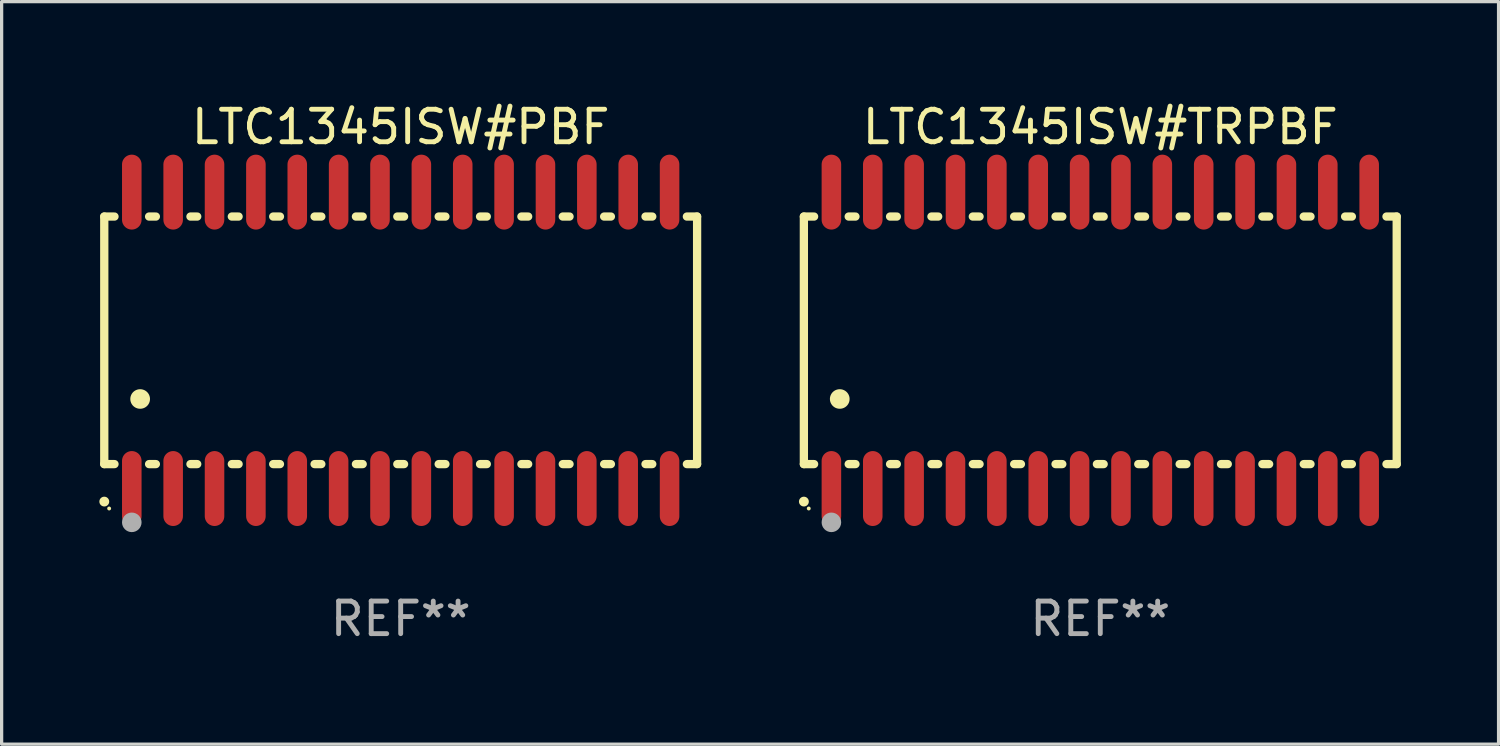
<source format=kicad_pcb>
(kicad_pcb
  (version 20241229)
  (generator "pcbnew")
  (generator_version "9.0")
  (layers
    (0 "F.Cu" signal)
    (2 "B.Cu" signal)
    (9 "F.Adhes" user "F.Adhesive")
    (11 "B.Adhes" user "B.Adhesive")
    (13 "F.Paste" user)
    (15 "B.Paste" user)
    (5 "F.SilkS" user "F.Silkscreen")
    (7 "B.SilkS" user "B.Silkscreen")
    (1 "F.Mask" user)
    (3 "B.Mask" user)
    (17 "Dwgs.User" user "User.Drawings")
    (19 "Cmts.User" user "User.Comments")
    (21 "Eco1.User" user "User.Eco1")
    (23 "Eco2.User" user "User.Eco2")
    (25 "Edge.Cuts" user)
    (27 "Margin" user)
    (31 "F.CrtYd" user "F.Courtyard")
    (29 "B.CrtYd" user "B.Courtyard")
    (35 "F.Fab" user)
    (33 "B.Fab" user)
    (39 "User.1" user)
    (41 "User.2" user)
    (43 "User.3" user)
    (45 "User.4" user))
  (footprint "LTC1345ISW#PBF"
    (layer "F.Cu")
    (at 9.251 7.398)
    (property "Reference" "LTC1345ISW#PBF" (at 0 -6.55 0) (layer "F.SilkS") (effects (font (size 1 1) (thickness 0.15))))
    (attr through_hole)
    (fp_line (start -9.1 -3.8) (end -9.1 3.8) (stroke (width 0.254) (type solid)) (layer "F.SilkS"))
    (fp_line (start -9.1 -3.8) (end -8.786 -3.8) (stroke (width 0.254) (type solid)) (layer "F.SilkS"))
    (fp_line (start -9.1 3.8) (end -8.786 3.8) (stroke (width 0.254) (type solid)) (layer "F.SilkS"))
    (fp_line (start -7.724 -3.8) (end -7.516 -3.8) (stroke (width 0.254) (type solid)) (layer "F.SilkS"))
    (fp_line (start -7.724 3.8) (end -7.516 3.8) (stroke (width 0.254) (type solid)) (layer "F.SilkS"))
    (fp_line (start -6.454 -3.8) (end -6.246 -3.8) (stroke (width 0.254) (type solid)) (layer "F.SilkS"))
    (fp_line (start -6.454 3.8) (end -6.246 3.8) (stroke (width 0.254) (type solid)) (layer "F.SilkS"))
    (fp_line (start -5.184 -3.8) (end -4.976 -3.8) (stroke (width 0.254) (type solid)) (layer "F.SilkS"))
    (fp_line (start -5.184 3.8) (end -4.976 3.8) (stroke (width 0.254) (type solid)) (layer "F.SilkS"))
    (fp_line (start -3.914 -3.8) (end -3.706 -3.8) (stroke (width 0.254) (type solid)) (layer "F.SilkS"))
    (fp_line (start -3.914 3.8) (end -3.706 3.8) (stroke (width 0.254) (type solid)) (layer "F.SilkS"))
    (fp_line (start -2.644 -3.8) (end -2.436 -3.8) (stroke (width 0.254) (type solid)) (layer "F.SilkS"))
    (fp_line (start -2.644 3.8) (end -2.436 3.8) (stroke (width 0.254) (type solid)) (layer "F.SilkS"))
    (fp_line (start -1.374 -3.8) (end -1.166 -3.8) (stroke (width 0.254) (type solid)) (layer "F.SilkS"))
    (fp_line (start -1.374 3.8) (end -1.166 3.8) (stroke (width 0.254) (type solid)) (layer "F.SilkS"))
    (fp_line (start -0.104 -3.8) (end 0.104 -3.8) (stroke (width 0.254) (type solid)) (layer "F.SilkS"))
    (fp_line (start -0.104 3.8) (end 0.104 3.8) (stroke (width 0.254) (type solid)) (layer "F.SilkS"))
    (fp_line (start 1.166 -3.8) (end 1.374 -3.8) (stroke (width 0.254) (type solid)) (layer "F.SilkS"))
    (fp_line (start 1.166 3.8) (end 1.374 3.8) (stroke (width 0.254) (type solid)) (layer "F.SilkS"))
    (fp_line (start 2.436 -3.8) (end 2.644 -3.8) (stroke (width 0.254) (type solid)) (layer "F.SilkS"))
    (fp_line (start 2.436 3.8) (end 2.644 3.8) (stroke (width 0.254) (type solid)) (layer "F.SilkS"))
    (fp_line (start 3.706 -3.8) (end 3.914 -3.8) (stroke (width 0.254) (type solid)) (layer "F.SilkS"))
    (fp_line (start 3.706 3.8) (end 3.914 3.8) (stroke (width 0.254) (type solid)) (layer "F.SilkS"))
    (fp_line (start 4.976 -3.8) (end 5.184 -3.8) (stroke (width 0.254) (type solid)) (layer "F.SilkS"))
    (fp_line (start 4.976 3.8) (end 5.184 3.8) (stroke (width 0.254) (type solid)) (layer "F.SilkS"))
    (fp_line (start 6.246 -3.8) (end 6.454 -3.8) (stroke (width 0.254) (type solid)) (layer "F.SilkS"))
    (fp_line (start 6.246 3.8) (end 6.454 3.8) (stroke (width 0.254) (type solid)) (layer "F.SilkS"))
    (fp_line (start 7.516 -3.8) (end 7.724 -3.8) (stroke (width 0.254) (type solid)) (layer "F.SilkS"))
    (fp_line (start 7.516 3.8) (end 7.724 3.8) (stroke (width 0.254) (type solid)) (layer "F.SilkS"))
    (fp_line (start 8.786 -3.8) (end 9.1 -3.8) (stroke (width 0.254) (type solid)) (layer "F.SilkS"))
    (fp_line (start 8.786 3.8) (end 9.1 3.8) (stroke (width 0.254) (type solid)) (layer "F.SilkS"))
    (fp_line (start 9.1 -3.8) (end 9.1 3.8) (stroke (width 0.254) (type solid)) (layer "F.SilkS"))
    (fp_arc (start -9.100864 4.95047) (mid -9.099594 4.950465) (end -9.098324 4.95047) (stroke (width 0.3) (type solid)) (layer "F.SilkS"))
    (fp_arc (start -8.001041 1.800864) (mid -7.998501 1.800853) (end -7.995961 1.800864) (stroke (width 0.6) (type solid)) (layer "F.SilkS"))
    (fp_circle (center -8.95 5.163) (end -8.92 5.163) (stroke (width 0.06) (type solid)) (fill no) (layer "F.SilkS"))
    (fp_circle (center -8.255 5.588) (end -8.105 5.588) (stroke (width 0.3) (type solid)) (fill no) (layer "F.Fab"))
    (fp_text user "REF**" (at 0 8.55 0) (layer "F.Fab") (effects (font (size 1 1) (thickness 0.15))))
    (pad "1" smd oval (at -8.255 4.55 180) (size 0.6 2.3) (layers "F.Cu" "F.Mask" "F.Paste"))
    (pad "2" smd oval (at -6.985 4.55 180) (size 0.6 2.3) (layers "F.Cu" "F.Mask" "F.Paste"))
    (pad "3" smd oval (at -5.715 4.55 180) (size 0.6 2.3) (layers "F.Cu" "F.Mask" "F.Paste"))
    (pad "4" smd oval (at -4.445 4.55 180) (size 0.6 2.3) (layers "F.Cu" "F.Mask" "F.Paste"))
    (pad "5" smd oval (at -3.175 4.55 180) (size 0.6 2.3) (layers "F.Cu" "F.Mask" "F.Paste"))
    (pad "6" smd oval (at -1.905 4.55 180) (size 0.6 2.3) (layers "F.Cu" "F.Mask" "F.Paste"))
    (pad "7" smd oval (at -0.635 4.55 180) (size 0.6 2.3) (layers "F.Cu" "F.Mask" "F.Paste"))
    (pad "8" smd oval (at 0.635 4.55 180) (size 0.6 2.3) (layers "F.Cu" "F.Mask" "F.Paste"))
    (pad "9" smd oval (at 1.905 4.55 180) (size 0.6 2.3) (layers "F.Cu" "F.Mask" "F.Paste"))
    (pad "10" smd oval (at 3.175 4.55 180) (size 0.6 2.3) (layers "F.Cu" "F.Mask" "F.Paste"))
    (pad "11" smd oval (at 4.445 4.55 180) (size 0.6 2.3) (layers "F.Cu" "F.Mask" "F.Paste"))
    (pad "12" smd oval (at 5.715 4.55 180) (size 0.6 2.3) (layers "F.Cu" "F.Mask" "F.Paste"))
    (pad "13" smd oval (at 6.985 4.55 180) (size 0.6 2.3) (layers "F.Cu" "F.Mask" "F.Paste"))
    (pad "14" smd oval (at 8.255 4.55 180) (size 0.6 2.3) (layers "F.Cu" "F.Mask" "F.Paste"))
    (pad "15" smd oval (at 8.255 -4.55 180) (size 0.6 2.3) (layers "F.Cu" "F.Mask" "F.Paste"))
    (pad "16" smd oval (at 6.985 -4.55 180) (size 0.6 2.3) (layers "F.Cu" "F.Mask" "F.Paste"))
    (pad "17" smd oval (at 5.715 -4.55 180) (size 0.6 2.3) (layers "F.Cu" "F.Mask" "F.Paste"))
    (pad "18" smd oval (at 4.445 -4.55 180) (size 0.6 2.3) (layers "F.Cu" "F.Mask" "F.Paste"))
    (pad "19" smd oval (at 3.175 -4.55 180) (size 0.6 2.3) (layers "F.Cu" "F.Mask" "F.Paste"))
    (pad "20" smd oval (at 1.905 -4.55 180) (size 0.6 2.3) (layers "F.Cu" "F.Mask" "F.Paste"))
    (pad "21" smd oval (at 0.635 -4.55 180) (size 0.6 2.3) (layers "F.Cu" "F.Mask" "F.Paste"))
    (pad "22" smd oval (at -0.635 -4.55 180) (size 0.6 2.3) (layers "F.Cu" "F.Mask" "F.Paste"))
    (pad "23" smd oval (at -1.905 -4.55 180) (size 0.6 2.3) (layers "F.Cu" "F.Mask" "F.Paste"))
    (pad "24" smd oval (at -3.175 -4.55 180) (size 0.6 2.3) (layers "F.Cu" "F.Mask" "F.Paste"))
    (pad "25" smd oval (at -4.445 -4.55 180) (size 0.6 2.3) (layers "F.Cu" "F.Mask" "F.Paste"))
    (pad "26" smd oval (at -5.715 -4.55 180) (size 0.6 2.3) (layers "F.Cu" "F.Mask" "F.Paste"))
    (pad "27" smd oval (at -6.985 -4.55 180) (size 0.6 2.3) (layers "F.Cu" "F.Mask" "F.Paste"))
    (pad "28" smd oval (at -8.255 -4.55 180) (size 0.6 2.3) (layers "F.Cu" "F.Mask" "F.Paste")))
  (footprint "LTC1345ISW#TRPBF"
    (layer "F.Cu")
    (at 30.729 7.398)
    (property "Reference" "LTC1345ISW#TRPBF" (at 0 -6.55 0) (layer "F.SilkS") (effects (font (size 1 1) (thickness 0.15))))
    (attr through_hole)
    (fp_line (start -9.1 -3.8) (end -9.1 3.8) (stroke (width 0.254) (type solid)) (layer "F.SilkS"))
    (fp_line (start -9.1 -3.8) (end -8.786 -3.8) (stroke (width 0.254) (type solid)) (layer "F.SilkS"))
    (fp_line (start -9.1 3.8) (end -8.786 3.8) (stroke (width 0.254) (type solid)) (layer "F.SilkS"))
    (fp_line (start -7.724 -3.8) (end -7.516 -3.8) (stroke (width 0.254) (type solid)) (layer "F.SilkS"))
    (fp_line (start -7.724 3.8) (end -7.516 3.8) (stroke (width 0.254) (type solid)) (layer "F.SilkS"))
    (fp_line (start -6.454 -3.8) (end -6.246 -3.8) (stroke (width 0.254) (type solid)) (layer "F.SilkS"))
    (fp_line (start -6.454 3.8) (end -6.246 3.8) (stroke (width 0.254) (type solid)) (layer "F.SilkS"))
    (fp_line (start -5.184 -3.8) (end -4.976 -3.8) (stroke (width 0.254) (type solid)) (layer "F.SilkS"))
    (fp_line (start -5.184 3.8) (end -4.976 3.8) (stroke (width 0.254) (type solid)) (layer "F.SilkS"))
    (fp_line (start -3.914 -3.8) (end -3.706 -3.8) (stroke (width 0.254) (type solid)) (layer "F.SilkS"))
    (fp_line (start -3.914 3.8) (end -3.706 3.8) (stroke (width 0.254) (type solid)) (layer "F.SilkS"))
    (fp_line (start -2.644 -3.8) (end -2.436 -3.8) (stroke (width 0.254) (type solid)) (layer "F.SilkS"))
    (fp_line (start -2.644 3.8) (end -2.436 3.8) (stroke (width 0.254) (type solid)) (layer "F.SilkS"))
    (fp_line (start -1.374 -3.8) (end -1.166 -3.8) (stroke (width 0.254) (type solid)) (layer "F.SilkS"))
    (fp_line (start -1.374 3.8) (end -1.166 3.8) (stroke (width 0.254) (type solid)) (layer "F.SilkS"))
    (fp_line (start -0.104 -3.8) (end 0.104 -3.8) (stroke (width 0.254) (type solid)) (layer "F.SilkS"))
    (fp_line (start -0.104 3.8) (end 0.104 3.8) (stroke (width 0.254) (type solid)) (layer "F.SilkS"))
    (fp_line (start 1.166 -3.8) (end 1.374 -3.8) (stroke (width 0.254) (type solid)) (layer "F.SilkS"))
    (fp_line (start 1.166 3.8) (end 1.374 3.8) (stroke (width 0.254) (type solid)) (layer "F.SilkS"))
    (fp_line (start 2.436 -3.8) (end 2.644 -3.8) (stroke (width 0.254) (type solid)) (layer "F.SilkS"))
    (fp_line (start 2.436 3.8) (end 2.644 3.8) (stroke (width 0.254) (type solid)) (layer "F.SilkS"))
    (fp_line (start 3.706 -3.8) (end 3.914 -3.8) (stroke (width 0.254) (type solid)) (layer "F.SilkS"))
    (fp_line (start 3.706 3.8) (end 3.914 3.8) (stroke (width 0.254) (type solid)) (layer "F.SilkS"))
    (fp_line (start 4.976 -3.8) (end 5.184 -3.8) (stroke (width 0.254) (type solid)) (layer "F.SilkS"))
    (fp_line (start 4.976 3.8) (end 5.184 3.8) (stroke (width 0.254) (type solid)) (layer "F.SilkS"))
    (fp_line (start 6.246 -3.8) (end 6.454 -3.8) (stroke (width 0.254) (type solid)) (layer "F.SilkS"))
    (fp_line (start 6.246 3.8) (end 6.454 3.8) (stroke (width 0.254) (type solid)) (layer "F.SilkS"))
    (fp_line (start 7.516 -3.8) (end 7.724 -3.8) (stroke (width 0.254) (type solid)) (layer "F.SilkS"))
    (fp_line (start 7.516 3.8) (end 7.724 3.8) (stroke (width 0.254) (type solid)) (layer "F.SilkS"))
    (fp_line (start 8.786 -3.8) (end 9.1 -3.8) (stroke (width 0.254) (type solid)) (layer "F.SilkS"))
    (fp_line (start 8.786 3.8) (end 9.1 3.8) (stroke (width 0.254) (type solid)) (layer "F.SilkS"))
    (fp_line (start 9.1 -3.8) (end 9.1 3.8) (stroke (width 0.254) (type solid)) (layer "F.SilkS"))
    (fp_arc (start -9.100864 4.95047) (mid -9.099594 4.950465) (end -9.098324 4.95047) (stroke (width 0.3) (type solid)) (layer "F.SilkS"))
    (fp_arc (start -8.001041 1.800864) (mid -7.998501 1.800853) (end -7.995961 1.800864) (stroke (width 0.6) (type solid)) (layer "F.SilkS"))
    (fp_circle (center -8.95 5.163) (end -8.92 5.163) (stroke (width 0.06) (type solid)) (fill no) (layer "F.SilkS"))
    (fp_circle (center -8.255 5.588) (end -8.105 5.588) (stroke (width 0.3) (type solid)) (fill no) (layer "F.Fab"))
    (fp_text user "REF**" (at 0 8.55 0) (layer "F.Fab") (effects (font (size 1 1) (thickness 0.15))))
    (pad "1" smd oval (at -8.255 4.55 180) (size 0.6 2.3) (layers "F.Cu" "F.Mask" "F.Paste"))
    (pad "2" smd oval (at -6.985 4.55 180) (size 0.6 2.3) (layers "F.Cu" "F.Mask" "F.Paste"))
    (pad "3" smd oval (at -5.715 4.55 180) (size 0.6 2.3) (layers "F.Cu" "F.Mask" "F.Paste"))
    (pad "4" smd oval (at -4.445 4.55 180) (size 0.6 2.3) (layers "F.Cu" "F.Mask" "F.Paste"))
    (pad "5" smd oval (at -3.175 4.55 180) (size 0.6 2.3) (layers "F.Cu" "F.Mask" "F.Paste"))
    (pad "6" smd oval (at -1.905 4.55 180) (size 0.6 2.3) (layers "F.Cu" "F.Mask" "F.Paste"))
    (pad "7" smd oval (at -0.635 4.55 180) (size 0.6 2.3) (layers "F.Cu" "F.Mask" "F.Paste"))
    (pad "8" smd oval (at 0.635 4.55 180) (size 0.6 2.3) (layers "F.Cu" "F.Mask" "F.Paste"))
    (pad "9" smd oval (at 1.905 4.55 180) (size 0.6 2.3) (layers "F.Cu" "F.Mask" "F.Paste"))
    (pad "10" smd oval (at 3.175 4.55 180) (size 0.6 2.3) (layers "F.Cu" "F.Mask" "F.Paste"))
    (pad "11" smd oval (at 4.445 4.55 180) (size 0.6 2.3) (layers "F.Cu" "F.Mask" "F.Paste"))
    (pad "12" smd oval (at 5.715 4.55 180) (size 0.6 2.3) (layers "F.Cu" "F.Mask" "F.Paste"))
    (pad "13" smd oval (at 6.985 4.55 180) (size 0.6 2.3) (layers "F.Cu" "F.Mask" "F.Paste"))
    (pad "14" smd oval (at 8.255 4.55 180) (size 0.6 2.3) (layers "F.Cu" "F.Mask" "F.Paste"))
    (pad "15" smd oval (at 8.255 -4.55 180) (size 0.6 2.3) (layers "F.Cu" "F.Mask" "F.Paste"))
    (pad "16" smd oval (at 6.985 -4.55 180) (size 0.6 2.3) (layers "F.Cu" "F.Mask" "F.Paste"))
    (pad "17" smd oval (at 5.715 -4.55 180) (size 0.6 2.3) (layers "F.Cu" "F.Mask" "F.Paste"))
    (pad "18" smd oval (at 4.445 -4.55 180) (size 0.6 2.3) (layers "F.Cu" "F.Mask" "F.Paste"))
    (pad "19" smd oval (at 3.175 -4.55 180) (size 0.6 2.3) (layers "F.Cu" "F.Mask" "F.Paste"))
    (pad "20" smd oval (at 1.905 -4.55 180) (size 0.6 2.3) (layers "F.Cu" "F.Mask" "F.Paste"))
    (pad "21" smd oval (at 0.635 -4.55 180) (size 0.6 2.3) (layers "F.Cu" "F.Mask" "F.Paste"))
    (pad "22" smd oval (at -0.635 -4.55 180) (size 0.6 2.3) (layers "F.Cu" "F.Mask" "F.Paste"))
    (pad "23" smd oval (at -1.905 -4.55 180) (size 0.6 2.3) (layers "F.Cu" "F.Mask" "F.Paste"))
    (pad "24" smd oval (at -3.175 -4.55 180) (size 0.6 2.3) (layers "F.Cu" "F.Mask" "F.Paste"))
    (pad "25" smd oval (at -4.445 -4.55 180) (size 0.6 2.3) (layers "F.Cu" "F.Mask" "F.Paste"))
    (pad "26" smd oval (at -5.715 -4.55 180) (size 0.6 2.3) (layers "F.Cu" "F.Mask" "F.Paste"))
    (pad "27" smd oval (at -6.985 -4.55 180) (size 0.6 2.3) (layers "F.Cu" "F.Mask" "F.Paste"))
    (pad "28" smd oval (at -8.255 -4.55 180) (size 0.6 2.3) (layers "F.Cu" "F.Mask" "F.Paste")))
  (gr_rect
    (start -3 -3)
    (end 42.956 19.796)
    (stroke (width 0.1) (type default))
    (fill no)
    (layer "Edge.Cuts")))
</source>
